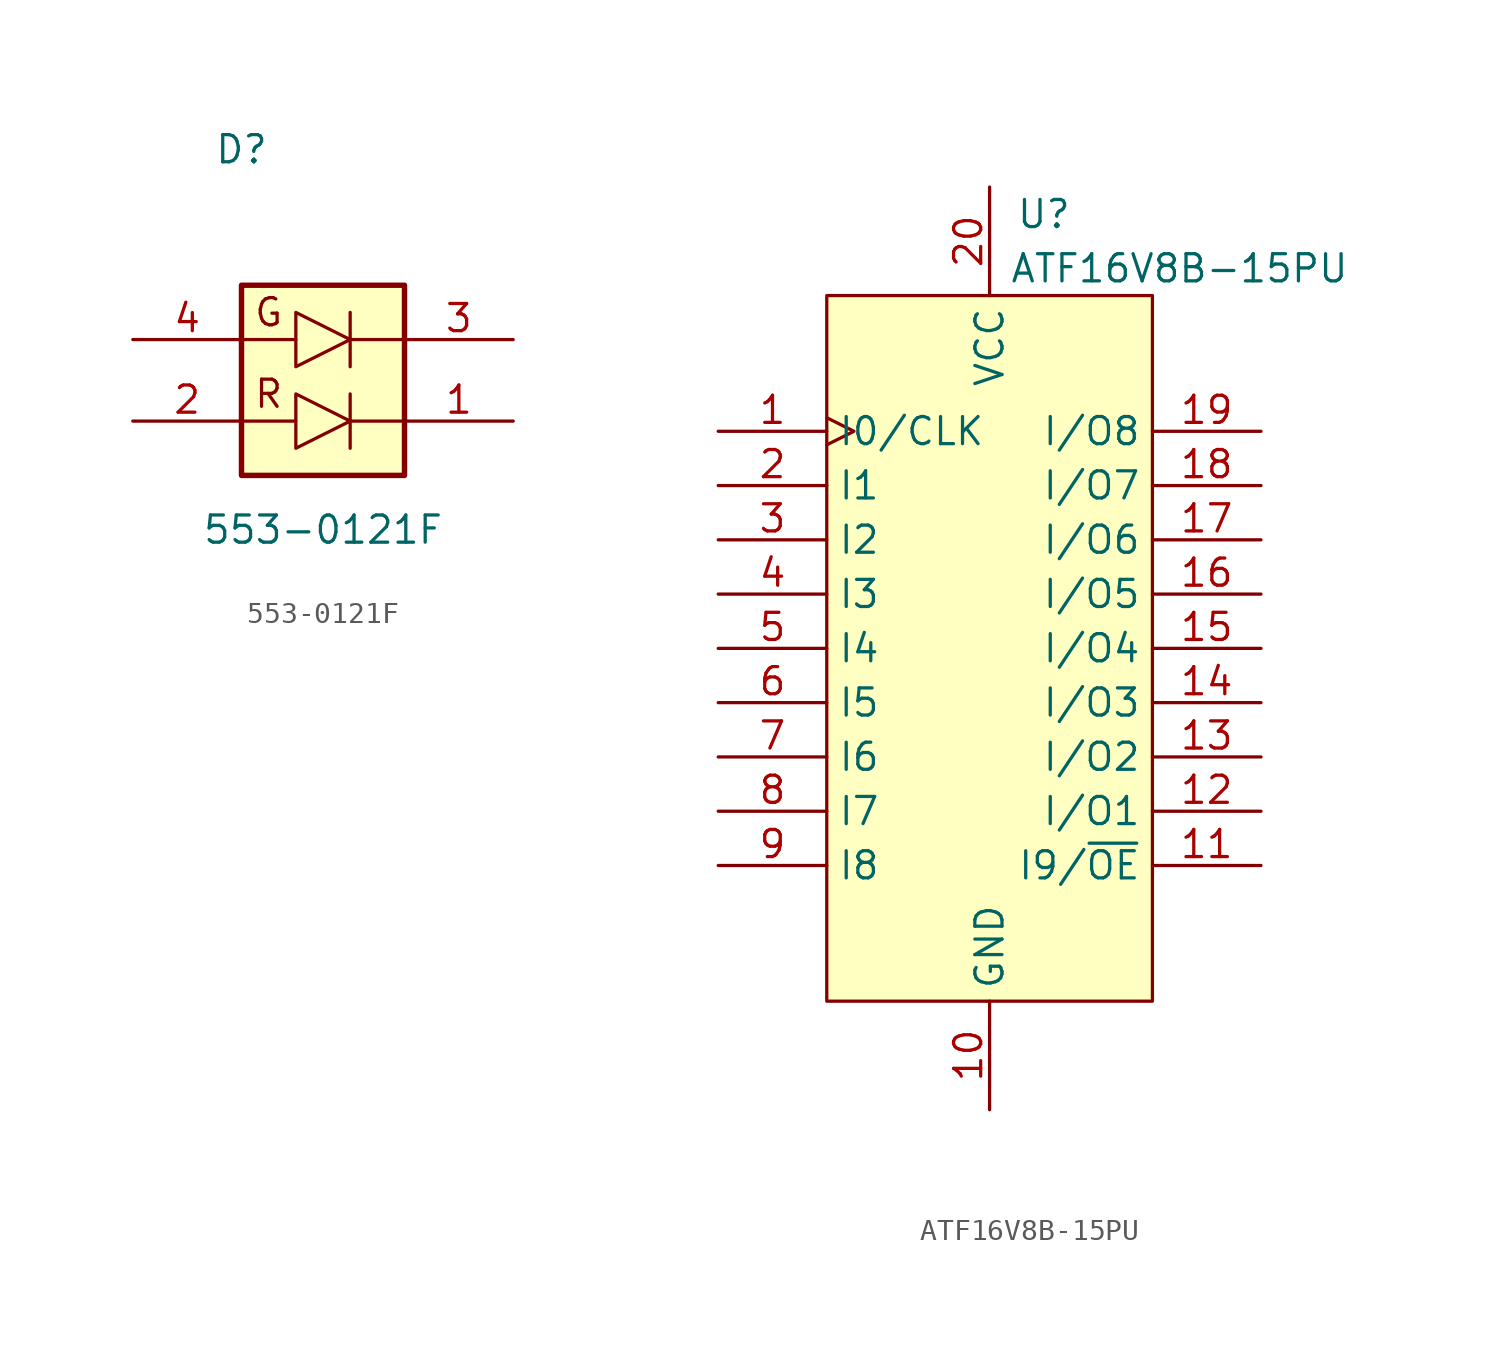
<source format=kicad_sym>
(kicad_symbol_lib
  (version 20211014)
  (generator kicad_symbol_editor)
  (symbol "553-0121F"
    (property "Reference" "D"
      (at -3.81 10.16 0)
      (effects (font (size 1.27 1.27))))
    (property "Value" "553-0121F"
      (at 0 -7.62 0)
      (effects (font (size 1.27 1.27))))
    (symbol "553-0121F_0_0"
      (text "G" (at -2.54 2.54 0) (effects (font (size 1.27 1.27))))
      (text "R" (at -2.54 -1.27 0) (effects (font (size 1.27 1.27)))))
    (symbol "553-0121F_0_1"
      (polyline (pts (xy -3.81 -2.54) (xy -1.27 -2.54)) (stroke (width 0) (type default) (color 0 0 0 0)) (fill (type none)))
      (polyline (pts (xy -3.81 1.27) (xy -1.27 1.27)) (stroke (width 0) (type default) (color 0 0 0 0)) (fill (type none)))
      (polyline (pts (xy 1.27 -1.27) (xy 1.27 -3.81)) (stroke (width 0) (type default) (color 0 0 0 0)) (fill (type none)))
      (polyline (pts (xy 1.27 2.54) (xy 1.27 0)) (stroke (width 0) (type default) (color 0 0 0 0)) (fill (type none)))
      (polyline (pts (xy 3.81 -2.54) (xy 1.27 -2.54)) (stroke (width 0) (type default) (color 0 0 0 0)) (fill (type none)))
      (polyline (pts (xy 3.81 1.27) (xy 1.27 1.27)) (stroke (width 0) (type default) (color 0 0 0 0)) (fill (type none)))
      (polyline (pts (xy -1.27 -1.27) (xy -1.27 -3.81) (xy 1.27 -2.54) (xy -1.27 -1.27)) (stroke (width 0) (type default) (color 0 0 0 0)) (fill (type none)))
      (polyline (pts (xy -1.27 2.54) (xy -1.27 0) (xy 1.27 1.27) (xy -1.27 2.54)) (stroke (width 0) (type default) (color 0 0 0 0)) (fill (type none))))
    (symbol "553-0121F_1_1"
      (rectangle (start -3.81 -5.08) (end 3.81 3.81) (stroke (width 0.254) (type default) (color 0 0 0 0)) (fill (type background)))
      (pin passive line (at 8.89 -2.54 180) (length 5.08) (name "" (effects (font (size 1.27 1.27)))) (number "1" (effects (font (size 1.27 1.27)))))
      (pin passive line (at -8.89 -2.54 0) (length 5.08) (name "" (effects (font (size 1.27 1.27)))) (number "2" (effects (font (size 1.27 1.27)))))
      (pin passive line (at 8.89 1.27 180) (length 5.08) (name "" (effects (font (size 1.27 1.27)))) (number "3" (effects (font (size 1.27 1.27)))))
      (pin passive line (at -8.89 1.27 0) (length 5.08) (name "" (effects (font (size 1.27 1.27)))) (number "4" (effects (font (size 1.27 1.27)))))))
  (symbol "ATF16V8B-15PU"
    (property "Reference" "U"
      (at 2.54 20.32 0)
      (effects (font (size 1.27 1.27))))
    (property "Value" "ATF16V8B-15PU"
      (at 8.89 17.78 0)
      (effects (font (size 1.27 1.27))))
    (symbol "ATF16V8B-15PU_0_1"
      (rectangle (start -7.62 16.51) (end 7.62 -16.51) (stroke (width 0) (type default) (color 0 0 0 0)) (fill (type background))))
    (symbol "ATF16V8B-15PU_1_1"
      (pin input clock (at -12.7 10.16 0) (length 5.08) (name "I0/CLK" (effects (font (size 1.27 1.27)))) (number "1" (effects (font (size 1.27 1.27)))))
      (pin power_in line (at 0 -21.59 90) (length 5.08) (name "GND" (effects (font (size 1.27 1.27)))) (number "10" (effects (font (size 1.27 1.27)))))
      (pin input line (at 12.7 -10.16 180) (length 5.08) (name "I9/~{OE}" (effects (font (size 1.27 1.27)))) (number "11" (effects (font (size 1.27 1.27)))))
      (pin bidirectional line (at 12.7 -7.62 180) (length 5.08) (name "I/O1" (effects (font (size 1.27 1.27)))) (number "12" (effects (font (size 1.27 1.27)))))
      (pin bidirectional line (at 12.7 -5.08 180) (length 5.08) (name "I/O2" (effects (font (size 1.27 1.27)))) (number "13" (effects (font (size 1.27 1.27)))))
      (pin bidirectional line (at 12.7 -2.54 180) (length 5.08) (name "I/O3" (effects (font (size 1.27 1.27)))) (number "14" (effects (font (size 1.27 1.27)))))
      (pin bidirectional line (at 12.7 0 180) (length 5.08) (name "I/O4" (effects (font (size 1.27 1.27)))) (number "15" (effects (font (size 1.27 1.27)))))
      (pin bidirectional line (at 12.7 2.54 180) (length 5.08) (name "I/O5" (effects (font (size 1.27 1.27)))) (number "16" (effects (font (size 1.27 1.27)))))
      (pin bidirectional line (at 12.7 5.08 180) (length 5.08) (name "I/O6" (effects (font (size 1.27 1.27)))) (number "17" (effects (font (size 1.27 1.27)))))
      (pin bidirectional line (at 12.7 7.62 180) (length 5.08) (name "I/O7" (effects (font (size 1.27 1.27)))) (number "18" (effects (font (size 1.27 1.27)))))
      (pin bidirectional line (at 12.7 10.16 180) (length 5.08) (name "I/O8" (effects (font (size 1.27 1.27)))) (number "19" (effects (font (size 1.27 1.27)))))
      (pin input line (at -12.7 7.62 0) (length 5.08) (name "I1" (effects (font (size 1.27 1.27)))) (number "2" (effects (font (size 1.27 1.27)))))
      (pin power_in line (at 0 21.59 270) (length 5.08) (name "VCC" (effects (font (size 1.27 1.27)))) (number "20" (effects (font (size 1.27 1.27)))))
      (pin input line (at -12.7 5.08 0) (length 5.08) (name "I2" (effects (font (size 1.27 1.27)))) (number "3" (effects (font (size 1.27 1.27)))))
      (pin input line (at -12.7 2.54 0) (length 5.08) (name "I3" (effects (font (size 1.27 1.27)))) (number "4" (effects (font (size 1.27 1.27)))))
      (pin input line (at -12.7 0 0) (length 5.08) (name "I4" (effects (font (size 1.27 1.27)))) (number "5" (effects (font (size 1.27 1.27)))))
      (pin input line (at -12.7 -2.54 0) (length 5.08) (name "I5" (effects (font (size 1.27 1.27)))) (number "6" (effects (font (size 1.27 1.27)))))
      (pin input line (at -12.7 -5.08 0) (length 5.08) (name "I6" (effects (font (size 1.27 1.27)))) (number "7" (effects (font (size 1.27 1.27)))))
      (pin input line (at -12.7 -7.62 0) (length 5.08) (name "I7" (effects (font (size 1.27 1.27)))) (number "8" (effects (font (size 1.27 1.27)))))
      (pin input line (at -12.7 -10.16 0) (length 5.08) (name "I8" (effects (font (size 1.27 1.27)))) (number "9" (effects (font (size 1.27 1.27))))))))
</source>
